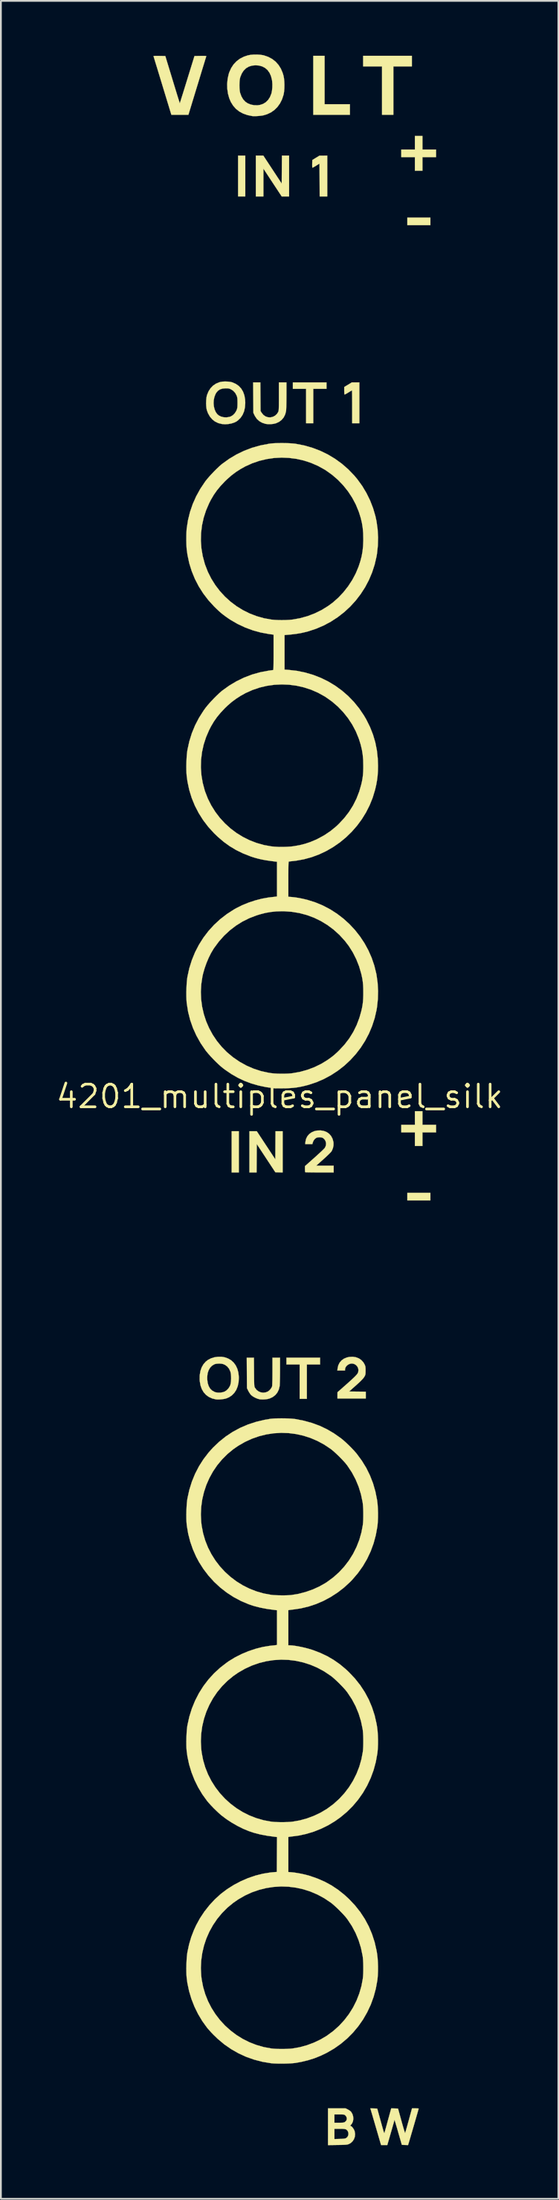
<source format=kicad_pcb>
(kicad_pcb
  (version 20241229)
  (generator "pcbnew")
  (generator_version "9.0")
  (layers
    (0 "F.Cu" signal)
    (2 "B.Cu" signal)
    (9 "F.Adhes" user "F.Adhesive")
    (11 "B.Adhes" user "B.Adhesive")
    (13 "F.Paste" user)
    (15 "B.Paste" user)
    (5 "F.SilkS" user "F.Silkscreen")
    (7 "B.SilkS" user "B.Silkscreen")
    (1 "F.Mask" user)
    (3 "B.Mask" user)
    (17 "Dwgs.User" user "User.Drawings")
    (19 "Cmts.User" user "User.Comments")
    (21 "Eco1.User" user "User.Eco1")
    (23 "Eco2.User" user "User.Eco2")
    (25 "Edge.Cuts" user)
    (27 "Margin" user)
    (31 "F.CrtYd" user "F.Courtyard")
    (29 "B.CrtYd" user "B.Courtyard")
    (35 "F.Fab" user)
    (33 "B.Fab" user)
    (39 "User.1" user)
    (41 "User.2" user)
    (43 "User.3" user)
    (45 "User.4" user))
  (footprint "4201_multiples_panel_silk"
    (layer "F.Cu")
    (at 12.617 58.347)
    (property "Reference" "4201_multiples_panel_silk" (at 0 0 0) (layer "F.SilkS") (effects (font (size 1.27 1.27) (thickness 0.15))))
    (attr through_hole)
    (fp_poly (pts (xy -2.286 4.255) (xy -2.688 4.255) (xy -2.688 1.947) (xy -2.286 1.947) (xy -2.286 4.255)) (stroke (width 0.01) (type solid)) (fill yes) (layer "F.SilkS"))
    (fp_poly (pts (xy -1.926 -50.398) (xy -2.328 -50.398) (xy -2.328 -52.684) (xy -1.926 -52.684) (xy -1.926 -50.398)) (stroke (width 0.01) (type solid)) (fill yes) (layer "F.SilkS"))
    (fp_poly (pts (xy 8.445 -48.789) (xy 7.154 -48.789) (xy 7.154 -49.212) (xy 8.445 -49.212) (xy 8.445 -48.789)) (stroke (width 0.01) (type solid)) (fill yes) (layer "F.SilkS"))
    (fp_poly (pts (xy 8.445 5.821) (xy 7.154 5.821) (xy 7.154 5.397) (xy 8.445 5.397) (xy 8.445 5.821)) (stroke (width 0.01) (type solid)) (fill yes) (layer "F.SilkS"))
    (fp_poly (pts (xy 2.519 -55.562) (xy 3.937 -55.562) (xy 3.937 -54.97) (xy 1.884 -54.97) (xy 1.884 -58.272) (xy 2.519 -58.272) (xy 2.519 -55.562)) (stroke (width 0.01) (type solid)) (fill yes) (layer "F.SilkS"))
    (fp_poly (pts (xy 2.265 15.007) (xy 1.524 15.007) (xy 1.524 16.933) (xy 1.122 16.933) (xy 1.122 15.007) (xy 0.381 15.007) (xy 0.381 14.626) (xy 2.265 14.626) (xy 2.265 15.007)) (stroke (width 0.01) (type solid)) (fill yes) (layer "F.SilkS"))
    (fp_poly (pts (xy 2.625 -39.624) (xy 1.884 -39.624) (xy 1.884 -37.698) (xy 1.482 -37.698) (xy 1.482 -39.624) (xy 0.741 -39.624) (xy 0.741 -39.984) (xy 2.625 -39.984) (xy 2.625 -39.624)) (stroke (width 0.01) (type solid)) (fill yes) (layer "F.SilkS"))
    (fp_poly (pts (xy 7.408 -57.679) (xy 6.371 -57.679) (xy 6.371 -54.97) (xy 5.736 -54.97) (xy 5.736 -57.679) (xy 4.678 -57.679) (xy 4.678 -58.272) (xy 7.408 -58.272) (xy 7.408 -57.679)) (stroke (width 0.01) (type solid)) (fill yes) (layer "F.SilkS"))
    (fp_poly (pts (xy 8.001 -53.023) (xy 8.763 -53.023) (xy 8.763 -52.599) (xy 8.001 -52.599) (xy 8.001 -51.837) (xy 7.578 -51.837) (xy 7.578 -52.599) (xy 6.816 -52.599) (xy 6.816 -53.023) (xy 7.578 -53.023) (xy 7.578 -53.785) (xy 8.001 -53.785) (xy 8.001 -53.023)) (stroke (width 0.01) (type solid)) (fill yes) (layer "F.SilkS"))
    (fp_poly (pts (xy 8.001 1.587) (xy 8.763 1.587) (xy 8.763 2.011) (xy 8.001 2.011) (xy 8.001 2.773) (xy 7.578 2.773) (xy 7.578 2.011) (xy 6.816 2.011) (xy 6.816 1.587) (xy 7.578 1.587) (xy 7.578 0.826) (xy 8.001 0.826) (xy 8.001 1.587)) (stroke (width 0.01) (type solid)) (fill yes) (layer "F.SilkS"))
    (fp_poly (pts (xy -0.762 2.734) (xy -0.243 3.521) (xy -0.238 2.734) (xy -0.232 1.947) (xy 0.169 1.947) (xy 0.169 4.256) (xy -0.036 4.25) (xy -0.241 4.244) (xy -1.281 2.664) (xy -1.286 3.459) (xy -1.292 4.255) (xy -1.693 4.255) (xy -1.693 1.947) (xy -1.28 1.947) (xy -0.762 2.734)) (stroke (width 0.01) (type solid)) (fill yes) (layer "F.SilkS"))
    (fp_poly (pts (xy -0.399 -51.9) (xy 0.116 -51.117) (xy 0.122 -51.9) (xy 0.128 -52.684) (xy 0.529 -52.684) (xy 0.529 -50.398) (xy 0.323 -50.398) (xy 0.116 -50.398) (xy -0.397 -51.176) (xy -0.909 -51.954) (xy -0.91 -51.176) (xy -0.91 -50.398) (xy -1.333 -50.398) (xy -1.333 -52.684) (xy -0.915 -52.684) (xy -0.399 -51.9)) (stroke (width 0.01) (type solid)) (fill yes) (layer "F.SilkS"))
    (fp_poly (pts (xy 2.667 -50.398) (xy 2.244 -50.398) (xy 2.233 -52.238) (xy 2.048 -52.122) (xy 1.969 -52.074) (xy 1.902 -52.035) (xy 1.856 -52.012) (xy 1.841 -52.007) (xy 1.83 -52.027) (xy 1.825 -52.087) (xy 1.824 -52.184) (xy 1.825 -52.222) (xy 1.831 -52.437) (xy 2.032 -52.56) (xy 2.233 -52.682) (xy 2.667 -52.684) (xy 2.667 -50.398)) (stroke (width 0.01) (type solid)) (fill yes) (layer "F.SilkS"))
    (fp_poly (pts (xy 4.466 -37.698) (xy 4.064 -37.698) (xy 4.064 -38.619) (xy 4.064 -38.811) (xy 4.063 -38.991) (xy 4.062 -39.152) (xy 4.061 -39.29) (xy 4.059 -39.403) (xy 4.057 -39.484) (xy 4.055 -39.53) (xy 4.054 -39.539) (xy 4.033 -39.529) (xy 3.983 -39.501) (xy 3.915 -39.459) (xy 3.856 -39.423) (xy 3.776 -39.374) (xy 3.708 -39.336) (xy 3.66 -39.312) (xy 3.644 -39.306) (xy 3.631 -39.324) (xy 3.623 -39.377) (xy 3.62 -39.469) (xy 3.619 -39.517) (xy 3.619 -39.727) (xy 4.045 -39.984) (xy 4.466 -39.984) (xy 4.466 -37.698)) (stroke (width 0.01) (type solid)) (fill yes) (layer "F.SilkS"))
    (fp_poly (pts (xy -1.075 -39.183) (xy -1.069 -38.382) (xy -1.005 -38.279) (xy -0.909 -38.162) (xy -0.789 -38.079) (xy -0.656 -38.033) (xy -0.518 -38.025) (xy -0.383 -38.055) (xy -0.26 -38.119) (xy -0.156 -38.212) (xy -0.086 -38.32) (xy -0.075 -38.345) (xy -0.065 -38.372) (xy -0.058 -38.405) (xy -0.053 -38.448) (xy -0.049 -38.507) (xy -0.046 -38.586) (xy -0.044 -38.689) (xy -0.043 -38.82) (xy -0.042 -38.985) (xy -0.042 -39.188) (xy -0.042 -39.984) (xy 0.381 -39.984) (xy 0.381 -39.248) (xy 0.38 -39.066) (xy 0.378 -38.893) (xy 0.375 -38.734) (xy 0.372 -38.596) (xy 0.367 -38.485) (xy 0.362 -38.406) (xy 0.359 -38.375) (xy 0.309 -38.186) (xy 0.225 -38.021) (xy 0.109 -37.883) (xy -0.037 -37.773) (xy -0.205 -37.696) (xy -0.341 -37.663) (xy -0.496 -37.646) (xy -0.653 -37.646) (xy -0.792 -37.663) (xy -0.796 -37.664) (xy -0.985 -37.727) (xy -1.147 -37.822) (xy -1.282 -37.947) (xy -1.386 -38.103) (xy -1.404 -38.138) (xy -1.471 -38.28) (xy -1.484 -39.984) (xy -1.081 -39.984) (xy -1.075 -39.183)) (stroke (width 0.01) (type solid)) (fill yes) (layer "F.SilkS"))
    (fp_poly (pts (xy -6.778 -58.268) (xy -6.74 -58.267) (xy -6.406 -58.261) (xy -6.002 -56.935) (xy -5.933 -56.707) (xy -5.867 -56.492) (xy -5.806 -56.293) (xy -5.751 -56.113) (xy -5.702 -55.955) (xy -5.661 -55.823) (xy -5.629 -55.721) (xy -5.606 -55.651) (xy -5.595 -55.617) (xy -5.593 -55.614) (xy -5.586 -55.634) (xy -5.568 -55.692) (xy -5.539 -55.784) (xy -5.501 -55.905) (xy -5.454 -56.054) (xy -5.4 -56.227) (xy -5.34 -56.419) (xy -5.275 -56.629) (xy -5.206 -56.852) (xy -5.179 -56.94) (xy -4.771 -58.261) (xy -4.436 -58.267) (xy -4.306 -58.269) (xy -4.213 -58.268) (xy -4.153 -58.265) (xy -4.12 -58.258) (xy -4.11 -58.249) (xy -4.111 -58.246) (xy -4.118 -58.222) (xy -4.137 -58.16) (xy -4.167 -58.065) (xy -4.205 -57.938) (xy -4.253 -57.783) (xy -4.308 -57.603) (xy -4.37 -57.401) (xy -4.437 -57.18) (xy -4.509 -56.943) (xy -4.585 -56.694) (xy -4.616 -56.594) (xy -5.111 -54.97) (xy -6.066 -54.97) (xy -6.561 -56.594) (xy -6.638 -56.848) (xy -6.712 -57.09) (xy -6.781 -57.317) (xy -6.845 -57.527) (xy -6.903 -57.716) (xy -6.954 -57.881) (xy -6.996 -58.019) (xy -7.029 -58.127) (xy -7.052 -58.202) (xy -7.064 -58.241) (xy -7.065 -58.246) (xy -7.061 -58.256) (xy -7.034 -58.263) (xy -6.982 -58.267) (xy -6.898 -58.269) (xy -6.778 -58.268)) (stroke (width 0.01) (type solid)) (fill yes) (layer "F.SilkS"))
    (fp_poly (pts (xy -1.435 15.425) (xy -1.433 15.631) (xy -1.432 15.798) (xy -1.43 15.932) (xy -1.427 16.037) (xy -1.424 16.117) (xy -1.42 16.177) (xy -1.414 16.221) (xy -1.407 16.254) (xy -1.398 16.28) (xy -1.386 16.304) (xy -1.382 16.311) (xy -1.298 16.426) (xy -1.189 16.512) (xy -1.062 16.566) (xy -0.925 16.587) (xy -0.786 16.571) (xy -0.675 16.53) (xy -0.596 16.475) (xy -0.52 16.398) (xy -0.458 16.312) (xy -0.423 16.236) (xy -0.418 16.196) (xy -0.414 16.119) (xy -0.41 16.008) (xy -0.406 15.869) (xy -0.404 15.707) (xy -0.403 15.525) (xy -0.402 15.393) (xy -0.402 14.626) (xy 0.021 14.626) (xy 0.021 15.351) (xy 0.02 15.53) (xy 0.018 15.701) (xy 0.015 15.859) (xy 0.012 15.998) (xy 0.007 16.111) (xy 0.002 16.191) (xy -0.001 16.224) (xy -0.048 16.414) (xy -0.128 16.579) (xy -0.242 16.719) (xy -0.387 16.831) (xy -0.562 16.913) (xy -0.567 16.914) (xy -0.678 16.943) (xy -0.813 16.961) (xy -0.954 16.967) (xy -1.082 16.962) (xy -1.128 16.955) (xy -1.247 16.922) (xy -1.375 16.867) (xy -1.496 16.799) (xy -1.585 16.732) (xy -1.647 16.663) (xy -1.71 16.568) (xy -1.752 16.493) (xy -1.831 16.332) (xy -1.837 15.479) (xy -1.843 14.626) (xy -1.441 14.626) (xy -1.435 15.425)) (stroke (width 0.01) (type solid)) (fill yes) (layer "F.SilkS"))
    (fp_poly (pts (xy 4.276 14.604) (xy 4.437 14.666) (xy 4.576 14.761) (xy 4.69 14.886) (xy 4.759 15.004) (xy 4.785 15.065) (xy 4.802 15.12) (xy 4.811 15.184) (xy 4.815 15.267) (xy 4.815 15.346) (xy 4.814 15.45) (xy 4.81 15.524) (xy 4.8 15.579) (xy 4.782 15.628) (xy 4.759 15.674) (xy 4.721 15.734) (xy 4.661 15.808) (xy 4.577 15.897) (xy 4.468 16.004) (xy 4.33 16.131) (xy 4.161 16.282) (xy 4.13 16.309) (xy 3.889 16.521) (xy 4.358 16.526) (xy 4.826 16.532) (xy 4.826 16.912) (xy 3.239 16.912) (xy 3.239 16.738) (xy 3.24 16.563) (xy 3.707 16.15) (xy 3.875 16.001) (xy 4.014 15.876) (xy 4.126 15.772) (xy 4.214 15.686) (xy 4.282 15.616) (xy 4.332 15.558) (xy 4.367 15.509) (xy 4.39 15.466) (xy 4.403 15.428) (xy 4.416 15.31) (xy 4.392 15.2) (xy 4.338 15.103) (xy 4.26 15.026) (xy 4.163 14.975) (xy 4.053 14.954) (xy 3.952 14.966) (xy 3.842 15.013) (xy 3.753 15.084) (xy 3.691 15.172) (xy 3.663 15.27) (xy 3.662 15.291) (xy 3.662 15.346) (xy 3.233 15.346) (xy 3.247 15.224) (xy 3.287 15.053) (xy 3.361 14.904) (xy 3.468 14.78) (xy 3.605 14.682) (xy 3.769 14.615) (xy 3.908 14.585) (xy 4.098 14.576) (xy 4.276 14.604)) (stroke (width 0.01) (type solid)) (fill yes) (layer "F.SilkS"))
    (fp_poly (pts (xy 2.481 1.933) (xy 2.64 1.997) (xy 2.776 2.093) (xy 2.885 2.219) (xy 2.965 2.371) (xy 3.012 2.548) (xy 3.019 2.601) (xy 3.017 2.744) (xy 2.986 2.893) (xy 2.931 3.029) (xy 2.899 3.081) (xy 2.865 3.122) (xy 2.804 3.185) (xy 2.723 3.265) (xy 2.625 3.358) (xy 2.516 3.458) (xy 2.443 3.524) (xy 2.052 3.873) (xy 3.027 3.873) (xy 3.027 4.255) (xy 2.237 4.255) (xy 2.058 4.254) (xy 1.892 4.253) (xy 1.745 4.251) (xy 1.621 4.249) (xy 1.524 4.247) (xy 1.46 4.244) (xy 1.433 4.241) (xy 1.432 4.24) (xy 1.426 4.214) (xy 1.421 4.156) (xy 1.418 4.08) (xy 1.418 4.064) (xy 1.418 3.901) (xy 1.949 3.43) (xy 2.078 3.314) (xy 2.199 3.203) (xy 2.309 3.102) (xy 2.401 3.014) (xy 2.473 2.943) (xy 2.52 2.893) (xy 2.534 2.875) (xy 2.586 2.764) (xy 2.601 2.647) (xy 2.584 2.532) (xy 2.534 2.429) (xy 2.456 2.346) (xy 2.406 2.314) (xy 2.332 2.292) (xy 2.238 2.284) (xy 2.142 2.291) (xy 2.064 2.312) (xy 2.058 2.315) (xy 1.969 2.382) (xy 1.898 2.477) (xy 1.858 2.574) (xy 1.833 2.667) (xy 1.433 2.667) (xy 1.445 2.539) (xy 1.48 2.376) (xy 1.551 2.232) (xy 1.654 2.109) (xy 1.786 2.012) (xy 1.943 1.943) (xy 2.105 1.908) (xy 2.302 1.902) (xy 2.481 1.933)) (stroke (width 0.01) (type solid)) (fill yes) (layer "F.SilkS"))
    (fp_poly (pts (xy -3.244 14.578) (xy -3.09 14.603) (xy -2.893 14.671) (xy -2.72 14.771) (xy -2.575 14.902) (xy -2.458 15.063) (xy -2.37 15.25) (xy -2.313 15.464) (xy -2.287 15.701) (xy -2.286 15.769) (xy -2.302 16.012) (xy -2.351 16.232) (xy -2.429 16.427) (xy -2.538 16.595) (xy -2.674 16.735) (xy -2.837 16.844) (xy -3.009 16.915) (xy -3.101 16.936) (xy -3.217 16.953) (xy -3.341 16.965) (xy -3.459 16.969) (xy -3.553 16.964) (xy -3.567 16.962) (xy -3.779 16.911) (xy -3.966 16.826) (xy -4.126 16.71) (xy -4.257 16.563) (xy -4.36 16.387) (xy -4.432 16.184) (xy -4.473 15.953) (xy -4.481 15.843) (xy -4.478 15.686) (xy -4.058 15.686) (xy -4.057 15.843) (xy -4.03 16.048) (xy -3.975 16.22) (xy -3.894 16.36) (xy -3.784 16.468) (xy -3.648 16.544) (xy -3.581 16.566) (xy -3.453 16.586) (xy -3.31 16.583) (xy -3.17 16.557) (xy -3.095 16.531) (xy -2.975 16.458) (xy -2.87 16.351) (xy -2.788 16.218) (xy -2.769 16.174) (xy -2.743 16.078) (xy -2.726 15.953) (xy -2.718 15.813) (xy -2.72 15.67) (xy -2.731 15.539) (xy -2.753 15.43) (xy -2.758 15.412) (xy -2.83 15.253) (xy -2.929 15.127) (xy -3.054 15.033) (xy -3.164 14.985) (xy -3.252 14.966) (xy -3.361 14.958) (xy -3.475 14.961) (xy -3.578 14.973) (xy -3.648 14.993) (xy -3.784 15.073) (xy -3.894 15.185) (xy -3.977 15.327) (xy -4.033 15.494) (xy -4.058 15.686) (xy -4.478 15.686) (xy -4.476 15.598) (xy -4.438 15.373) (xy -4.369 15.172) (xy -4.269 14.996) (xy -4.14 14.848) (xy -4.013 14.75) (xy -3.844 14.663) (xy -3.652 14.604) (xy -3.448 14.576) (xy -3.244 14.578)) (stroke (width 0.01) (type solid)) (fill yes) (layer "F.SilkS"))
    (fp_poly (pts (xy 3.826 56.727) (xy 3.903 56.773) (xy 3.972 56.825) (xy 4.01 56.865) (xy 4.079 56.984) (xy 4.118 57.117) (xy 4.128 57.254) (xy 4.108 57.386) (xy 4.058 57.503) (xy 4.01 57.565) (xy 3.971 57.609) (xy 3.96 57.633) (xy 3.974 57.645) (xy 3.981 57.648) (xy 4.036 57.682) (xy 4.095 57.745) (xy 4.15 57.826) (xy 4.192 57.913) (xy 4.203 57.946) (xy 4.227 58.097) (xy 4.214 58.246) (xy 4.166 58.384) (xy 4.087 58.506) (xy 3.98 58.604) (xy 3.89 58.654) (xy 3.853 58.669) (xy 3.817 58.681) (xy 3.774 58.69) (xy 3.72 58.697) (xy 3.649 58.702) (xy 3.553 58.706) (xy 3.428 58.709) (xy 3.268 58.712) (xy 3.244 58.712) (xy 2.709 58.721) (xy 2.709 57.806) (xy 3.069 57.806) (xy 3.069 58.382) (xy 3.36 58.374) (xy 3.492 58.368) (xy 3.588 58.361) (xy 3.657 58.35) (xy 3.705 58.336) (xy 3.72 58.329) (xy 3.793 58.268) (xy 3.838 58.187) (xy 3.855 58.095) (xy 3.844 58.002) (xy 3.806 57.918) (xy 3.74 57.853) (xy 3.712 57.838) (xy 3.668 57.824) (xy 3.602 57.814) (xy 3.508 57.808) (xy 3.38 57.806) (xy 3.357 57.806) (xy 3.069 57.806) (xy 2.709 57.806) (xy 2.709 57.002) (xy 3.069 57.002) (xy 3.069 57.468) (xy 3.328 57.467) (xy 3.443 57.466) (xy 3.524 57.463) (xy 3.58 57.455) (xy 3.622 57.443) (xy 3.657 57.425) (xy 3.725 57.362) (xy 3.76 57.282) (xy 3.76 57.194) (xy 3.726 57.11) (xy 3.683 57.06) (xy 3.656 57.036) (xy 3.628 57.02) (xy 3.594 57.01) (xy 3.543 57.004) (xy 3.468 57.002) (xy 3.359 57.002) (xy 3.344 57.002) (xy 3.069 57.002) (xy 2.709 57.002) (xy 2.709 56.663) (xy 3.697 56.663) (xy 3.826 56.727)) (stroke (width 0.01) (type solid)) (fill yes) (layer "F.SilkS"))
    (fp_poly (pts (xy -2.898 -40.029) (xy -2.756 -40.012) (xy -2.646 -39.985) (xy -2.453 -39.899) (xy -2.288 -39.783) (xy -2.154 -39.638) (xy -2.05 -39.464) (xy -1.977 -39.263) (xy -1.936 -39.036) (xy -1.926 -38.841) (xy -1.943 -38.591) (xy -1.992 -38.368) (xy -2.074 -38.171) (xy -2.188 -38.001) (xy -2.335 -37.858) (xy -2.41 -37.803) (xy -2.541 -37.736) (xy -2.701 -37.685) (xy -2.876 -37.653) (xy -3.056 -37.641) (xy -3.227 -37.654) (xy -3.235 -37.655) (xy -3.439 -37.706) (xy -3.62 -37.793) (xy -3.776 -37.915) (xy -3.907 -38.069) (xy -4.013 -38.256) (xy -4.078 -38.429) (xy -4.101 -38.541) (xy -4.115 -38.682) (xy -4.119 -38.812) (xy -3.701 -38.812) (xy -3.685 -38.64) (xy -3.646 -38.479) (xy -3.585 -38.334) (xy -3.503 -38.215) (xy -3.417 -38.138) (xy -3.283 -38.07) (xy -3.13 -38.032) (xy -2.969 -38.026) (xy -2.812 -38.052) (xy -2.73 -38.081) (xy -2.616 -38.151) (xy -2.514 -38.255) (xy -2.433 -38.383) (xy -2.409 -38.436) (xy -2.389 -38.491) (xy -2.375 -38.547) (xy -2.367 -38.612) (xy -2.363 -38.697) (xy -2.361 -38.811) (xy -2.361 -38.841) (xy -2.362 -38.964) (xy -2.366 -39.054) (xy -2.373 -39.123) (xy -2.386 -39.179) (xy -2.404 -39.234) (xy -2.409 -39.245) (xy -2.489 -39.394) (xy -2.597 -39.513) (xy -2.725 -39.595) (xy -2.793 -39.626) (xy -2.854 -39.643) (xy -2.925 -39.652) (xy -3.022 -39.653) (xy -3.026 -39.653) (xy -3.196 -39.638) (xy -3.338 -39.594) (xy -3.454 -39.518) (xy -3.548 -39.408) (xy -3.597 -39.321) (xy -3.658 -39.16) (xy -3.692 -38.988) (xy -3.701 -38.812) (xy -4.119 -38.812) (xy -4.119 -38.836) (xy -4.114 -38.993) (xy -4.099 -39.138) (xy -4.075 -39.258) (xy -4.07 -39.275) (xy -3.986 -39.479) (xy -3.873 -39.655) (xy -3.733 -39.801) (xy -3.567 -39.914) (xy -3.378 -39.992) (xy -3.323 -40.007) (xy -3.198 -40.028) (xy -3.051 -40.035) (xy -2.898 -40.029)) (stroke (width 0.01) (type solid)) (fill yes) (layer "F.SilkS"))
    (fp_poly (pts (xy -1.089 -58.331) (xy -0.927 -58.307) (xy -0.878 -58.295) (xy -0.633 -58.209) (xy -0.415 -58.092) (xy -0.225 -57.943) (xy -0.064 -57.763) (xy 0.068 -57.553) (xy 0.17 -57.313) (xy 0.217 -57.155) (xy 0.244 -57.008) (xy 0.261 -56.834) (xy 0.268 -56.645) (xy 0.264 -56.454) (xy 0.25 -56.275) (xy 0.225 -56.12) (xy 0.217 -56.087) (xy 0.134 -55.833) (xy 0.019 -55.606) (xy -0.124 -55.407) (xy -0.295 -55.238) (xy -0.491 -55.101) (xy -0.711 -54.998) (xy -0.909 -54.939) (xy -1.006 -54.922) (xy -1.124 -54.908) (xy -1.251 -54.898) (xy -1.372 -54.893) (xy -1.475 -54.893) (xy -1.535 -54.898) (xy -1.809 -54.955) (xy -2.053 -55.042) (xy -2.268 -55.159) (xy -2.453 -55.307) (xy -2.609 -55.485) (xy -2.737 -55.693) (xy -2.824 -55.898) (xy -2.895 -56.156) (xy -2.934 -56.431) (xy -2.938 -56.647) (xy -2.253 -56.647) (xy -2.251 -56.493) (xy -2.24 -56.35) (xy -2.222 -56.23) (xy -2.214 -56.199) (xy -2.142 -56) (xy -2.045 -55.834) (xy -1.922 -55.702) (xy -1.795 -55.615) (xy -1.621 -55.543) (xy -1.429 -55.506) (xy -1.231 -55.503) (xy -1.096 -55.523) (xy -0.925 -55.58) (xy -0.774 -55.673) (xy -0.646 -55.8) (xy -0.543 -55.958) (xy -0.467 -56.146) (xy -0.454 -56.189) (xy -0.426 -56.336) (xy -0.41 -56.507) (xy -0.408 -56.686) (xy -0.42 -56.856) (xy -0.43 -56.923) (xy -0.484 -57.137) (xy -0.566 -57.32) (xy -0.676 -57.472) (xy -0.811 -57.591) (xy -0.971 -57.676) (xy -1.155 -57.727) (xy -1.35 -57.742) (xy -1.549 -57.723) (xy -1.725 -57.668) (xy -1.88 -57.578) (xy -2.01 -57.452) (xy -2.116 -57.293) (xy -2.197 -57.101) (xy -2.215 -57.043) (xy -2.236 -56.935) (xy -2.248 -56.799) (xy -2.253 -56.647) (xy -2.938 -56.647) (xy -2.939 -56.713) (xy -2.912 -56.991) (xy -2.852 -57.257) (xy -2.824 -57.344) (xy -2.719 -57.58) (xy -2.584 -57.787) (xy -2.419 -57.963) (xy -2.226 -58.109) (xy -2.005 -58.222) (xy -1.789 -58.295) (xy -1.636 -58.325) (xy -1.459 -58.34) (xy -1.271 -58.342) (xy -1.089 -58.331)) (stroke (width 0.01) (type solid)) (fill yes) (layer "F.SilkS"))
    (fp_poly (pts (xy 5.274 56.668) (xy 5.467 56.674) (xy 5.663 57.383) (xy 5.715 57.571) (xy 5.757 57.722) (xy 5.79 57.839) (xy 5.816 57.926) (xy 5.835 57.986) (xy 5.85 58.023) (xy 5.86 58.04) (xy 5.868 58.04) (xy 5.875 58.028) (xy 5.882 58.007) (xy 5.893 57.966) (xy 5.914 57.889) (xy 5.943 57.784) (xy 5.979 57.655) (xy 6.019 57.509) (xy 6.062 57.351) (xy 6.078 57.292) (xy 6.252 56.662) (xy 6.442 56.668) (xy 6.633 56.674) (xy 6.824 57.367) (xy 6.869 57.53) (xy 6.911 57.678) (xy 6.949 57.807) (xy 6.981 57.913) (xy 7.006 57.991) (xy 7.023 58.035) (xy 7.029 58.044) (xy 7.038 58.021) (xy 7.056 57.961) (xy 7.083 57.871) (xy 7.116 57.754) (xy 7.155 57.616) (xy 7.198 57.461) (xy 7.23 57.346) (xy 7.416 56.663) (xy 7.603 56.663) (xy 7.686 56.664) (xy 7.75 56.668) (xy 7.785 56.673) (xy 7.789 56.676) (xy 7.784 56.698) (xy 7.767 56.756) (xy 7.742 56.845) (xy 7.709 56.96) (xy 7.67 57.097) (xy 7.626 57.25) (xy 7.578 57.414) (xy 7.529 57.585) (xy 7.478 57.758) (xy 7.429 57.928) (xy 7.381 58.089) (xy 7.338 58.239) (xy 7.299 58.371) (xy 7.267 58.48) (xy 7.242 58.562) (xy 7.227 58.612) (xy 7.225 58.617) (xy 7.193 58.718) (xy 7.02 58.712) (xy 6.847 58.706) (xy 6.642 57.997) (xy 6.595 57.832) (xy 6.551 57.682) (xy 6.512 57.551) (xy 6.48 57.443) (xy 6.456 57.363) (xy 6.441 57.315) (xy 6.436 57.303) (xy 6.43 57.326) (xy 6.414 57.385) (xy 6.389 57.472) (xy 6.357 57.584) (xy 6.32 57.715) (xy 6.279 57.859) (xy 6.235 58.01) (xy 6.191 58.164) (xy 6.148 58.314) (xy 6.107 58.455) (xy 6.072 58.573) (xy 6.031 58.716) (xy 5.857 58.716) (xy 5.683 58.716) (xy 5.413 57.79) (xy 5.356 57.596) (xy 5.302 57.411) (xy 5.252 57.241) (xy 5.208 57.088) (xy 5.17 56.96) (xy 5.14 56.859) (xy 5.12 56.79) (xy 5.112 56.763) (xy 5.082 56.662) (xy 5.274 56.668)) (stroke (width 0.01) (type solid)) (fill yes) (layer "F.SilkS"))
    (fp_poly (pts (xy 0.314 18.026) (xy 0.499 18.032) (xy 0.667 18.042) (xy 0.809 18.055) (xy 0.868 18.062) (xy 1.346 18.154) (xy 1.798 18.278) (xy 2.229 18.436) (xy 2.64 18.629) (xy 3.035 18.859) (xy 3.417 19.127) (xy 3.45 19.152) (xy 3.578 19.257) (xy 3.722 19.386) (xy 3.874 19.53) (xy 4.024 19.681) (xy 4.164 19.828) (xy 4.283 19.963) (xy 4.32 20.008) (xy 4.605 20.395) (xy 4.853 20.799) (xy 5.061 21.222) (xy 5.232 21.662) (xy 5.364 22.121) (xy 5.459 22.599) (xy 5.463 22.627) (xy 5.487 22.836) (xy 5.503 23.072) (xy 5.511 23.322) (xy 5.51 23.573) (xy 5.5 23.813) (xy 5.481 24.029) (xy 5.474 24.088) (xy 5.387 24.566) (xy 5.262 25.028) (xy 5.099 25.473) (xy 4.898 25.899) (xy 4.66 26.305) (xy 4.386 26.69) (xy 4.076 27.053) (xy 3.95 27.184) (xy 3.611 27.496) (xy 3.248 27.777) (xy 2.862 28.026) (xy 2.459 28.242) (xy 2.042 28.422) (xy 1.613 28.564) (xy 1.177 28.667) (xy 0.804 28.723) (xy 0.707 28.734) (xy 0.621 28.745) (xy 0.558 28.753) (xy 0.534 28.757) (xy 0.487 28.766) (xy 0.487 30.734) (xy 0.574 30.734) (xy 0.698 30.741) (xy 0.853 30.76) (xy 1.03 30.789) (xy 1.22 30.827) (xy 1.416 30.871) (xy 1.607 30.921) (xy 1.785 30.974) (xy 1.859 30.998) (xy 2.276 31.157) (xy 2.663 31.34) (xy 3.024 31.55) (xy 3.369 31.791) (xy 3.702 32.068) (xy 3.892 32.247) (xy 4.223 32.598) (xy 4.517 32.969) (xy 4.774 33.362) (xy 4.995 33.775) (xy 5.177 34.207) (xy 5.323 34.659) (xy 5.43 35.13) (xy 5.463 35.327) (xy 5.487 35.536) (xy 5.503 35.772) (xy 5.511 36.022) (xy 5.51 36.273) (xy 5.5 36.513) (xy 5.481 36.729) (xy 5.474 36.788) (xy 5.388 37.263) (xy 5.263 37.723) (xy 5.1 38.166) (xy 4.901 38.59) (xy 4.667 38.994) (xy 4.398 39.376) (xy 4.097 39.733) (xy 3.763 40.065) (xy 3.399 40.368) (xy 3.092 40.586) (xy 2.717 40.811) (xy 2.321 41.005) (xy 1.91 41.168) (xy 1.491 41.295) (xy 1.071 41.386) (xy 0.804 41.423) (xy 0.707 41.434) (xy 0.621 41.445) (xy 0.558 41.453) (xy 0.534 41.457) (xy 0.487 41.466) (xy 0.487 43.428) (xy 0.665 43.441) (xy 0.83 43.459) (xy 1.02 43.489) (xy 1.223 43.527) (xy 1.423 43.572) (xy 1.608 43.62) (xy 1.665 43.636) (xy 2.105 43.788) (xy 2.517 43.967) (xy 2.903 44.176) (xy 3.27 44.419) (xy 3.621 44.698) (xy 3.892 44.947) (xy 4.223 45.298) (xy 4.517 45.669) (xy 4.774 46.062) (xy 4.995 46.475) (xy 5.177 46.907) (xy 5.323 47.359) (xy 5.43 47.83) (xy 5.463 48.027) (xy 5.487 48.236) (xy 5.503 48.472) (xy 5.511 48.722) (xy 5.51 48.973) (xy 5.5 49.213) (xy 5.481 49.429) (xy 5.474 49.488) (xy 5.388 49.96) (xy 5.264 50.418) (xy 5.103 50.859) (xy 4.905 51.281) (xy 4.674 51.683) (xy 4.409 52.062) (xy 4.113 52.417) (xy 3.786 52.746) (xy 3.43 53.046) (xy 3.047 53.316) (xy 2.641 53.551) (xy 2.296 53.717) (xy 1.949 53.856) (xy 1.589 53.969) (xy 1.208 54.06) (xy 0.902 54.116) (xy 0.785 54.13) (xy 0.635 54.142) (xy 0.463 54.15) (xy 0.277 54.155) (xy 0.086 54.157) (xy -0.098 54.155) (xy -0.268 54.15) (xy -0.413 54.141) (xy -0.487 54.134) (xy -0.965 54.054) (xy -1.428 53.934) (xy -1.875 53.777) (xy -2.303 53.581) (xy -2.712 53.348) (xy -3.102 53.078) (xy -3.469 52.771) (xy -3.726 52.522) (xy -3.817 52.427) (xy -3.909 52.326) (xy -3.992 52.233) (xy -4.057 52.156) (xy -4.068 52.143) (xy -4.334 51.775) (xy -4.569 51.381) (xy -4.773 50.966) (xy -4.942 50.536) (xy -5.074 50.095) (xy -5.168 49.649) (xy -5.208 49.35) (xy -5.22 49.191) (xy -5.226 49.005) (xy -5.226 48.811) (xy -4.414 48.811) (xy -4.393 49.24) (xy -4.368 49.443) (xy -4.287 49.865) (xy -4.167 50.272) (xy -4.011 50.663) (xy -3.82 51.035) (xy -3.597 51.387) (xy -3.344 51.717) (xy -3.062 52.023) (xy -2.754 52.301) (xy -2.422 52.552) (xy -2.068 52.772) (xy -1.693 52.96) (xy -1.3 53.113) (xy -0.891 53.23) (xy -0.469 53.308) (xy -0.323 53.323) (xy -0.146 53.332) (xy 0.048 53.337) (xy 0.249 53.336) (xy 0.442 53.33) (xy 0.618 53.32) (xy 0.734 53.307) (xy 1.133 53.236) (xy 1.531 53.126) (xy 1.921 52.981) (xy 2.293 52.804) (xy 2.641 52.598) (xy 2.652 52.59) (xy 3.004 52.331) (xy 3.328 52.041) (xy 3.621 51.724) (xy 3.883 51.381) (xy 4.112 51.016) (xy 4.306 50.631) (xy 4.463 50.228) (xy 4.583 49.81) (xy 4.659 49.403) (xy 4.673 49.267) (xy 4.683 49.1) (xy 4.687 48.914) (xy 4.687 48.72) (xy 4.683 48.528) (xy 4.673 48.35) (xy 4.66 48.197) (xy 4.649 48.122) (xy 4.557 47.679) (xy 4.426 47.254) (xy 4.257 46.846) (xy 4.05 46.456) (xy 3.804 46.085) (xy 3.766 46.033) (xy 3.681 45.928) (xy 3.57 45.804) (xy 3.442 45.67) (xy 3.306 45.532) (xy 3.167 45.4) (xy 3.036 45.281) (xy 2.919 45.182) (xy 2.868 45.143) (xy 2.503 44.898) (xy 2.123 44.692) (xy 1.73 44.524) (xy 1.328 44.395) (xy 0.918 44.304) (xy 0.503 44.251) (xy 0.086 44.237) (xy -0.331 44.262) (xy -0.744 44.325) (xy -1.152 44.426) (xy -1.553 44.565) (xy -1.942 44.743) (xy -2.318 44.96) (xy -2.596 45.152) (xy -2.927 45.424) (xy -3.227 45.725) (xy -3.497 46.051) (xy -3.734 46.4) (xy -3.938 46.768) (xy -4.107 47.153) (xy -4.24 47.553) (xy -4.336 47.965) (xy -4.395 48.385) (xy -4.414 48.811) (xy -5.226 48.811) (xy -5.226 48.801) (xy -5.222 48.59) (xy -5.213 48.383) (xy -5.2 48.189) (xy -5.182 48.019) (xy -5.166 47.911) (xy -5.073 47.476) (xy -4.951 47.064) (xy -4.795 46.662) (xy -4.676 46.405) (xy -4.464 46.017) (xy -4.215 45.642) (xy -3.934 45.286) (xy -3.627 44.955) (xy -3.297 44.656) (xy -3.295 44.654) (xy -2.946 44.39) (xy -2.572 44.153) (xy -2.179 43.945) (xy -1.772 43.769) (xy -1.356 43.627) (xy -0.936 43.522) (xy -0.518 43.454) (xy -0.357 43.439) (xy -0.159 43.423) (xy -0.148 41.469) (xy -0.27 41.455) (xy -0.698 41.397) (xy -1.089 41.323) (xy -1.448 41.23) (xy -1.726 41.137) (xy -2.038 41.008) (xy -2.357 40.849) (xy -2.674 40.668) (xy -2.974 40.472) (xy -3.247 40.267) (xy -3.302 40.222) (xy -3.43 40.108) (xy -3.571 39.975) (xy -3.716 39.832) (xy -3.854 39.687) (xy -3.977 39.551) (xy -4.068 39.443) (xy -4.332 39.077) (xy -4.567 38.684) (xy -4.77 38.271) (xy -4.939 37.841) (xy -5.072 37.402) (xy -5.166 36.958) (xy -5.208 36.65) (xy -5.22 36.491) (xy -5.226 36.305) (xy -5.226 36.106) (xy -4.414 36.106) (xy -4.393 36.535) (xy -4.368 36.743) (xy -4.287 37.164) (xy -4.167 37.572) (xy -4.011 37.963) (xy -3.82 38.335) (xy -3.597 38.687) (xy -3.344 39.017) (xy -3.062 39.322) (xy -2.754 39.601) (xy -2.422 39.852) (xy -2.068 40.072) (xy -1.693 40.26) (xy -1.3 40.413) (xy -0.891 40.53) (xy -0.469 40.608) (xy -0.323 40.623) (xy -0.146 40.632) (xy 0.048 40.637) (xy 0.249 40.636) (xy 0.442 40.63) (xy 0.618 40.62) (xy 0.734 40.607) (xy 1.133 40.536) (xy 1.531 40.426) (xy 1.921 40.281) (xy 2.293 40.104) (xy 2.641 39.898) (xy 2.652 39.89) (xy 3.004 39.631) (xy 3.327 39.341) (xy 3.621 39.024) (xy 3.883 38.682) (xy 4.111 38.317) (xy 4.305 37.931) (xy 4.463 37.528) (xy 4.582 37.11) (xy 4.659 36.703) (xy 4.673 36.567) (xy 4.683 36.4) (xy 4.687 36.214) (xy 4.687 36.02) (xy 4.683 35.828) (xy 4.673 35.65) (xy 4.66 35.497) (xy 4.649 35.422) (xy 4.557 34.979) (xy 4.426 34.554) (xy 4.257 34.146) (xy 4.05 33.756) (xy 3.804 33.385) (xy 3.766 33.333) (xy 3.681 33.228) (xy 3.57 33.104) (xy 3.442 32.97) (xy 3.306 32.832) (xy 3.167 32.7) (xy 3.036 32.581) (xy 2.919 32.482) (xy 2.868 32.443) (xy 2.503 32.198) (xy 2.122 31.991) (xy 1.729 31.823) (xy 1.327 31.694) (xy 0.917 31.603) (xy 0.502 31.55) (xy 0.085 31.537) (xy -0.332 31.561) (xy -0.746 31.624) (xy -1.154 31.726) (xy -1.554 31.866) (xy -1.944 32.045) (xy -2.321 32.262) (xy -2.596 32.452) (xy -2.926 32.724) (xy -3.226 33.024) (xy -3.496 33.349) (xy -3.733 33.697) (xy -3.936 34.065) (xy -4.106 34.45) (xy -4.239 34.85) (xy -4.336 35.261) (xy -4.394 35.68) (xy -4.414 36.106) (xy -5.226 36.106) (xy -5.226 36.101) (xy -5.222 35.89) (xy -5.213 35.683) (xy -5.2 35.489) (xy -5.182 35.319) (xy -5.166 35.211) (xy -5.061 34.734) (xy -4.918 34.274) (xy -4.738 33.835) (xy -4.523 33.416) (xy -4.273 33.019) (xy -3.989 32.647) (xy -3.672 32.299) (xy -3.323 31.979) (xy -2.943 31.687) (xy -2.84 31.616) (xy -2.496 31.406) (xy -2.127 31.22) (xy -1.741 31.059) (xy -1.345 30.927) (xy -0.949 30.827) (xy -0.56 30.762) (xy -0.471 30.752) (xy -0.372 30.742) (xy -0.285 30.733) (xy -0.221 30.725) (xy -0.196 30.721) (xy -0.148 30.712) (xy -0.148 28.769) (xy -0.27 28.755) (xy -0.699 28.697) (xy -1.091 28.622) (xy -1.45 28.529) (xy -1.726 28.437) (xy -2.157 28.256) (xy -2.569 28.037) (xy -2.96 27.783) (xy -3.328 27.497) (xy -3.67 27.18) (xy -3.984 26.834) (xy -4.268 26.463) (xy -4.52 26.067) (xy -4.678 25.77) (xy -4.86 25.358) (xy -5.009 24.928) (xy -5.122 24.491) (xy -5.196 24.053) (xy -5.208 23.95) (xy -5.22 23.791) (xy -5.226 23.605) (xy -5.226 23.406) (xy -4.414 23.406) (xy -4.393 23.835) (xy -4.368 24.043) (xy -4.287 24.464) (xy -4.167 24.872) (xy -4.011 25.263) (xy -3.82 25.635) (xy -3.597 25.987) (xy -3.344 26.317) (xy -3.062 26.622) (xy -2.754 26.901) (xy -2.422 27.152) (xy -2.068 27.372) (xy -1.693 27.56) (xy -1.3 27.713) (xy -0.891 27.83) (xy -0.469 27.908) (xy -0.349 27.92) (xy -0.199 27.929) (xy -0.03 27.935) (xy 0.147 27.937) (xy 0.32 27.936) (xy 0.478 27.931) (xy 0.611 27.923) (xy 0.657 27.918) (xy 1.057 27.851) (xy 1.456 27.747) (xy 1.845 27.611) (xy 2.217 27.443) (xy 2.563 27.248) (xy 2.652 27.19) (xy 3.004 26.931) (xy 3.328 26.641) (xy 3.622 26.323) (xy 3.884 25.98) (xy 4.113 25.615) (xy 4.306 25.229) (xy 4.464 24.826) (xy 4.583 24.408) (xy 4.659 24.003) (xy 4.673 23.867) (xy 4.683 23.7) (xy 4.687 23.514) (xy 4.687 23.32) (xy 4.683 23.128) (xy 4.673 22.95) (xy 4.66 22.797) (xy 4.649 22.722) (xy 4.557 22.279) (xy 4.426 21.854) (xy 4.257 21.446) (xy 4.05 21.056) (xy 3.804 20.685) (xy 3.766 20.633) (xy 3.681 20.528) (xy 3.57 20.404) (xy 3.442 20.27) (xy 3.306 20.132) (xy 3.167 20) (xy 3.036 19.881) (xy 2.919 19.782) (xy 2.868 19.743) (xy 2.503 19.498) (xy 2.122 19.291) (xy 1.729 19.123) (xy 1.327 18.994) (xy 0.917 18.903) (xy 0.502 18.85) (xy 0.085 18.837) (xy -0.332 18.861) (xy -0.746 18.924) (xy -1.154 19.026) (xy -1.554 19.166) (xy -1.944 19.345) (xy -2.321 19.562) (xy -2.596 19.752) (xy -2.926 20.024) (xy -3.226 20.324) (xy -3.496 20.649) (xy -3.733 20.997) (xy -3.936 21.365) (xy -4.106 21.75) (xy -4.239 22.15) (xy -4.336 22.561) (xy -4.394 22.98) (xy -4.414 23.406) (xy -5.226 23.406) (xy -5.226 23.401) (xy -5.222 23.19) (xy -5.213 22.983) (xy -5.2 22.789) (xy -5.182 22.619) (xy -5.166 22.511) (xy -5.061 22.031) (xy -4.918 21.571) (xy -4.738 21.131) (xy -4.521 20.711) (xy -4.268 20.313) (xy -3.979 19.937) (xy -3.736 19.667) (xy -3.389 19.336) (xy -3.02 19.04) (xy -2.629 18.781) (xy -2.216 18.558) (xy -1.78 18.371) (xy -1.324 18.221) (xy -0.846 18.107) (xy -0.519 18.051) (xy -0.397 18.039) (xy -0.243 18.03) (xy -0.067 18.025) (xy 0.122 18.024) (xy 0.314 18.026)) (stroke (width 0.01) (type solid)) (fill yes) (layer "F.SilkS"))
    (fp_poly (pts (xy 0.332 -36.584) (xy 0.523 -36.578) (xy 0.697 -36.567) (xy 0.844 -36.554) (xy 0.9 -36.546) (xy 1.376 -36.454) (xy 1.836 -36.322) (xy 2.279 -36.153) (xy 2.703 -35.947) (xy 3.106 -35.705) (xy 3.487 -35.429) (xy 3.844 -35.118) (xy 4.175 -34.775) (xy 4.36 -34.553) (xy 4.628 -34.183) (xy 4.864 -33.788) (xy 5.067 -33.374) (xy 5.234 -32.944) (xy 5.363 -32.505) (xy 5.428 -32.205) (xy 5.489 -31.762) (xy 5.514 -31.309) (xy 5.503 -30.854) (xy 5.456 -30.408) (xy 5.429 -30.243) (xy 5.324 -29.787) (xy 5.181 -29.345) (xy 5.002 -28.921) (xy 4.788 -28.515) (xy 4.54 -28.131) (xy 4.262 -27.769) (xy 3.954 -27.432) (xy 3.619 -27.122) (xy 3.258 -26.841) (xy 2.873 -26.59) (xy 2.466 -26.372) (xy 2.039 -26.189) (xy 1.593 -26.042) (xy 1.492 -26.015) (xy 1.233 -25.956) (xy 0.948 -25.906) (xy 0.655 -25.87) (xy 0.567 -25.862) (xy 0.275 -25.837) (xy 0.275 -23.902) (xy 0.482 -23.888) (xy 0.958 -23.834) (xy 1.422 -23.74) (xy 1.872 -23.609) (xy 2.306 -23.44) (xy 2.722 -23.236) (xy 3.118 -22.998) (xy 3.491 -22.726) (xy 3.84 -22.423) (xy 4.163 -22.09) (xy 4.457 -21.727) (xy 4.721 -21.336) (xy 4.851 -21.114) (xy 5.061 -20.692) (xy 5.23 -20.264) (xy 5.359 -19.827) (xy 5.448 -19.377) (xy 5.498 -18.913) (xy 5.511 -18.521) (xy 5.506 -18.227) (xy 5.488 -17.958) (xy 5.456 -17.702) (xy 5.409 -17.442) (xy 5.346 -17.171) (xy 5.214 -16.733) (xy 5.044 -16.311) (xy 4.84 -15.907) (xy 4.603 -15.523) (xy 4.336 -15.161) (xy 4.04 -14.823) (xy 3.718 -14.51) (xy 3.372 -14.225) (xy 3.004 -13.97) (xy 2.617 -13.746) (xy 2.213 -13.555) (xy 1.793 -13.399) (xy 1.36 -13.281) (xy 0.917 -13.201) (xy 0.773 -13.184) (xy 0.676 -13.174) (xy 0.594 -13.165) (xy 0.536 -13.157) (xy 0.513 -13.153) (xy 0.507 -13.143) (xy 0.501 -13.113) (xy 0.497 -13.061) (xy 0.494 -12.985) (xy 0.491 -12.88) (xy 0.489 -12.744) (xy 0.488 -12.575) (xy 0.487 -12.368) (xy 0.487 -12.164) (xy 0.487 -11.182) (xy 0.672 -11.169) (xy 0.857 -11.149) (xy 1.068 -11.116) (xy 1.294 -11.071) (xy 1.521 -11.017) (xy 1.563 -11.006) (xy 2.002 -10.867) (xy 2.425 -10.691) (xy 2.829 -10.479) (xy 3.212 -10.234) (xy 3.573 -9.957) (xy 3.91 -9.652) (xy 4.22 -9.32) (xy 4.501 -8.963) (xy 4.752 -8.584) (xy 4.971 -8.183) (xy 5.155 -7.765) (xy 5.303 -7.331) (xy 5.413 -6.882) (xy 5.428 -6.805) (xy 5.489 -6.362) (xy 5.514 -5.909) (xy 5.503 -5.454) (xy 5.456 -5.008) (xy 5.429 -4.843) (xy 5.324 -4.386) (xy 5.181 -3.945) (xy 5.002 -3.52) (xy 4.788 -3.115) (xy 4.542 -2.731) (xy 4.264 -2.37) (xy 3.957 -2.034) (xy 3.624 -1.724) (xy 3.264 -1.444) (xy 2.881 -1.194) (xy 2.477 -0.977) (xy 2.052 -0.794) (xy 1.61 -0.647) (xy 1.312 -0.572) (xy 1.117 -0.532) (xy 0.933 -0.501) (xy 0.748 -0.48) (xy 0.551 -0.466) (xy 0.328 -0.457) (xy 0.233 -0.456) (xy 0.093 -0.454) (xy -0.036 -0.453) (xy -0.147 -0.453) (xy -0.234 -0.454) (xy -0.288 -0.456) (xy -0.296 -0.457) (xy -0.757 -0.523) (xy -1.186 -0.613) (xy -1.59 -0.729) (xy -1.973 -0.873) (xy -2.34 -1.046) (xy -2.698 -1.252) (xy -3.05 -1.491) (xy -3.175 -1.585) (xy -3.293 -1.682) (xy -3.43 -1.805) (xy -3.577 -1.946) (xy -3.726 -2.097) (xy -3.87 -2.25) (xy -4.001 -2.397) (xy -4.111 -2.53) (xy -4.152 -2.582) (xy -4.426 -2.985) (xy -4.661 -3.404) (xy -4.857 -3.836) (xy -5.012 -4.281) (xy -5.128 -4.739) (xy -5.202 -5.208) (xy -5.209 -5.267) (xy -5.22 -5.424) (xy -5.226 -5.61) (xy -5.227 -5.814) (xy -5.226 -5.86) (xy -4.415 -5.86) (xy -4.398 -5.438) (xy -4.342 -5.02) (xy -4.248 -4.61) (xy -4.118 -4.211) (xy -3.951 -3.826) (xy -3.75 -3.457) (xy -3.515 -3.107) (xy -3.247 -2.779) (xy -2.948 -2.475) (xy -2.618 -2.199) (xy -2.603 -2.188) (xy -2.238 -1.939) (xy -1.855 -1.727) (xy -1.457 -1.555) (xy -1.046 -1.421) (xy -0.624 -1.328) (xy -0.466 -1.304) (xy -0.311 -1.288) (xy -0.129 -1.278) (xy 0.069 -1.273) (xy 0.27 -1.274) (xy 0.461 -1.28) (xy 0.63 -1.292) (xy 0.711 -1.301) (xy 1.135 -1.376) (xy 1.548 -1.49) (xy 1.947 -1.64) (xy 2.325 -1.824) (xy 2.625 -2.005) (xy 2.8 -2.125) (xy 2.951 -2.237) (xy 3.092 -2.354) (xy 3.237 -2.486) (xy 3.331 -2.578) (xy 3.633 -2.902) (xy 3.897 -3.246) (xy 4.124 -3.611) (xy 4.314 -3.997) (xy 4.469 -4.405) (xy 4.571 -4.763) (xy 4.614 -4.95) (xy 4.645 -5.123) (xy 4.667 -5.295) (xy 4.68 -5.477) (xy 4.687 -5.681) (xy 4.687 -5.821) (xy 4.685 -6.045) (xy 4.676 -6.239) (xy 4.659 -6.415) (xy 4.634 -6.586) (xy 4.598 -6.764) (xy 4.571 -6.879) (xy 4.451 -7.289) (xy 4.293 -7.686) (xy 4.102 -8.065) (xy 3.878 -8.421) (xy 3.651 -8.718) (xy 3.35 -9.046) (xy 3.025 -9.341) (xy 2.678 -9.6) (xy 2.311 -9.823) (xy 1.926 -10.01) (xy 1.524 -10.159) (xy 1.109 -10.269) (xy 0.682 -10.34) (xy 0.244 -10.371) (xy 0.14 -10.372) (xy -0.187 -10.362) (xy -0.494 -10.331) (xy -0.794 -10.278) (xy -1.103 -10.198) (xy -1.291 -10.14) (xy -1.699 -9.984) (xy -2.086 -9.791) (xy -2.452 -9.562) (xy -2.795 -9.298) (xy -3.114 -9.001) (xy -3.408 -8.67) (xy -3.675 -8.308) (xy -3.704 -8.265) (xy -3.845 -8.027) (xy -3.978 -7.759) (xy -4.1 -7.47) (xy -4.205 -7.173) (xy -4.289 -6.879) (xy -4.327 -6.71) (xy -4.391 -6.285) (xy -4.415 -5.86) (xy -5.226 -5.86) (xy -5.222 -6.026) (xy -5.213 -6.234) (xy -5.199 -6.429) (xy -5.181 -6.601) (xy -5.165 -6.707) (xy -5.061 -7.181) (xy -4.918 -7.637) (xy -4.739 -8.075) (xy -4.523 -8.493) (xy -4.274 -8.888) (xy -3.991 -9.26) (xy -3.676 -9.606) (xy -3.331 -9.925) (xy -2.955 -10.215) (xy -2.552 -10.475) (xy -2.424 -10.547) (xy -2.094 -10.711) (xy -1.739 -10.856) (xy -1.371 -10.977) (xy -1 -11.073) (xy -0.637 -11.139) (xy -0.508 -11.155) (xy -0.407 -11.166) (xy -0.316 -11.176) (xy -0.245 -11.185) (xy -0.217 -11.189) (xy -0.148 -11.199) (xy -0.148 -13.142) (xy -0.238 -13.153) (xy -0.521 -13.189) (xy -0.769 -13.226) (xy -0.991 -13.267) (xy -1.194 -13.313) (xy -1.386 -13.365) (xy -1.576 -13.425) (xy -1.66 -13.455) (xy -2.067 -13.617) (xy -2.444 -13.802) (xy -2.798 -14.015) (xy -3.136 -14.259) (xy -3.464 -14.539) (xy -3.673 -14.74) (xy -3.996 -15.094) (xy -4.284 -15.471) (xy -4.535 -15.868) (xy -4.75 -16.284) (xy -4.927 -16.717) (xy -5.065 -17.166) (xy -5.163 -17.628) (xy -5.209 -17.967) (xy -5.22 -18.124) (xy -5.226 -18.31) (xy -5.226 -18.424) (xy -4.413 -18.424) (xy -4.383 -17.994) (xy -4.311 -17.565) (xy -4.198 -17.141) (xy -4.179 -17.081) (xy -4.023 -16.679) (xy -3.831 -16.297) (xy -3.606 -15.937) (xy -3.35 -15.601) (xy -3.065 -15.291) (xy -2.754 -15.008) (xy -2.418 -14.755) (xy -2.06 -14.534) (xy -1.682 -14.346) (xy -1.287 -14.194) (xy -0.876 -14.078) (xy -0.466 -14.004) (xy -0.273 -13.985) (xy -0.054 -13.974) (xy 0.178 -13.972) (xy 0.408 -13.979) (xy 0.622 -13.993) (xy 0.776 -14.011) (xy 1.109 -14.07) (xy 1.416 -14.146) (xy 1.711 -14.244) (xy 2.008 -14.368) (xy 2.127 -14.424) (xy 2.498 -14.625) (xy 2.841 -14.855) (xy 3.163 -15.118) (xy 3.31 -15.257) (xy 3.615 -15.583) (xy 3.882 -15.927) (xy 4.111 -16.29) (xy 4.304 -16.674) (xy 4.461 -17.079) (xy 4.571 -17.462) (xy 4.614 -17.65) (xy 4.645 -17.823) (xy 4.667 -17.995) (xy 4.68 -18.177) (xy 4.687 -18.381) (xy 4.687 -18.521) (xy 4.68 -18.843) (xy 4.654 -19.138) (xy 4.609 -19.419) (xy 4.542 -19.698) (xy 4.452 -19.989) (xy 4.427 -20.06) (xy 4.265 -20.452) (xy 4.065 -20.828) (xy 3.83 -21.185) (xy 3.562 -21.52) (xy 3.265 -21.829) (xy 2.939 -22.11) (xy 2.589 -22.359) (xy 2.525 -22.4) (xy 2.151 -22.607) (xy 1.763 -22.776) (xy 1.362 -22.906) (xy 0.952 -23) (xy 0.536 -23.055) (xy 0.118 -23.072) (xy -0.3 -23.052) (xy -0.715 -22.993) (xy -1.122 -22.897) (xy -1.52 -22.762) (xy -1.905 -22.59) (xy -2.18 -22.437) (xy -2.444 -22.267) (xy -2.685 -22.088) (xy -2.915 -21.889) (xy -3.071 -21.739) (xy -3.304 -21.492) (xy -3.506 -21.248) (xy -3.683 -20.997) (xy -3.842 -20.728) (xy -3.949 -20.521) (xy -4.123 -20.117) (xy -4.257 -19.703) (xy -4.35 -19.281) (xy -4.402 -18.854) (xy -4.413 -18.424) (xy -5.226 -18.424) (xy -5.227 -18.514) (xy -5.222 -18.726) (xy -5.213 -18.934) (xy -5.199 -19.129) (xy -5.181 -19.301) (xy -5.165 -19.407) (xy -5.061 -19.883) (xy -4.919 -20.34) (xy -4.739 -20.778) (xy -4.52 -21.2) (xy -4.262 -21.606) (xy -4.152 -21.759) (xy -4.058 -21.877) (xy -3.941 -22.013) (xy -3.807 -22.159) (xy -3.666 -22.307) (xy -3.523 -22.449) (xy -3.388 -22.577) (xy -3.268 -22.683) (xy -3.223 -22.72) (xy -2.829 -23.003) (xy -2.418 -23.249) (xy -1.989 -23.457) (xy -1.544 -23.626) (xy -1.084 -23.755) (xy -0.612 -23.844) (xy -0.603 -23.845) (xy -0.511 -23.858) (xy -0.434 -23.868) (xy -0.381 -23.874) (xy -0.365 -23.876) (xy -0.359 -23.884) (xy -0.353 -23.912) (xy -0.349 -23.961) (xy -0.345 -24.035) (xy -0.343 -24.136) (xy -0.341 -24.268) (xy -0.34 -24.434) (xy -0.339 -24.637) (xy -0.339 -24.868) (xy -0.339 -25.859) (xy -0.609 -25.896) (xy -1.058 -25.979) (xy -1.502 -26.101) (xy -1.936 -26.262) (xy -2.353 -26.457) (xy -2.749 -26.686) (xy -2.879 -26.772) (xy -3.032 -26.88) (xy -3.165 -26.979) (xy -3.288 -27.078) (xy -3.409 -27.185) (xy -3.54 -27.309) (xy -3.673 -27.44) (xy -3.995 -27.793) (xy -4.282 -28.169) (xy -4.533 -28.565) (xy -4.748 -28.981) (xy -4.925 -29.413) (xy -5.064 -29.86) (xy -5.162 -30.32) (xy -5.206 -30.633) (xy -5.216 -30.759) (xy -5.223 -30.917) (xy -5.227 -31.094) (xy -5.227 -31.124) (xy -4.413 -31.124) (xy -4.383 -30.694) (xy -4.311 -30.265) (xy -4.198 -29.841) (xy -4.179 -29.782) (xy -4.023 -29.379) (xy -3.831 -28.997) (xy -3.606 -28.637) (xy -3.35 -28.301) (xy -3.065 -27.991) (xy -2.754 -27.708) (xy -2.418 -27.455) (xy -2.06 -27.234) (xy -1.682 -27.046) (xy -1.287 -26.894) (xy -0.876 -26.778) (xy -0.466 -26.704) (xy -0.298 -26.687) (xy -0.102 -26.677) (xy 0.109 -26.673) (xy 0.321 -26.676) (xy 0.519 -26.685) (xy 0.692 -26.7) (xy 0.712 -26.703) (xy 1.143 -26.78) (xy 1.563 -26.896) (xy 1.969 -27.051) (xy 2.356 -27.241) (xy 2.722 -27.468) (xy 2.985 -27.662) (xy 3.293 -27.935) (xy 3.579 -28.239) (xy 3.838 -28.569) (xy 4.067 -28.919) (xy 4.262 -29.285) (xy 4.419 -29.66) (xy 4.425 -29.676) (xy 4.521 -29.971) (xy 4.594 -30.25) (xy 4.644 -30.527) (xy 4.674 -30.814) (xy 4.687 -31.124) (xy 4.687 -31.221) (xy 4.68 -31.54) (xy 4.655 -31.833) (xy 4.611 -32.111) (xy 4.545 -32.389) (xy 4.456 -32.678) (xy 4.425 -32.766) (xy 4.264 -33.155) (xy 4.065 -33.528) (xy 3.831 -33.884) (xy 3.564 -34.217) (xy 3.268 -34.526) (xy 2.944 -34.806) (xy 2.596 -35.055) (xy 2.525 -35.1) (xy 2.149 -35.308) (xy 1.759 -35.477) (xy 1.357 -35.609) (xy 0.945 -35.702) (xy 0.528 -35.756) (xy 0.108 -35.773) (xy -0.311 -35.751) (xy -0.728 -35.69) (xy -1.138 -35.592) (xy -1.539 -35.454) (xy -1.927 -35.279) (xy -2.177 -35.14) (xy -2.449 -34.966) (xy -2.7 -34.776) (xy -2.945 -34.561) (xy -3.071 -34.439) (xy -3.304 -34.192) (xy -3.506 -33.948) (xy -3.683 -33.697) (xy -3.842 -33.428) (xy -3.949 -33.221) (xy -4.123 -32.817) (xy -4.257 -32.403) (xy -4.35 -31.981) (xy -4.402 -31.554) (xy -4.413 -31.124) (xy -5.227 -31.124) (xy -5.227 -31.278) (xy -5.225 -31.459) (xy -5.219 -31.626) (xy -5.21 -31.765) (xy -5.206 -31.809) (xy -5.134 -32.272) (xy -5.022 -32.727) (xy -4.87 -33.171) (xy -4.678 -33.603) (xy -4.448 -34.02) (xy -4.182 -34.418) (xy -4.152 -34.459) (xy -4.058 -34.577) (xy -3.942 -34.712) (xy -3.809 -34.857) (xy -3.669 -35.004) (xy -3.528 -35.145) (xy -3.394 -35.272) (xy -3.275 -35.378) (xy -3.223 -35.42) (xy -2.828 -35.704) (xy -2.418 -35.949) (xy -1.991 -36.155) (xy -1.546 -36.324) (xy -1.082 -36.455) (xy -0.598 -36.548) (xy -0.529 -36.558) (xy -0.402 -36.571) (xy -0.242 -36.58) (xy -0.06 -36.585) (xy 0.135 -36.587) (xy 0.332 -36.584)) (stroke (width 0.01) (type solid)) (fill yes) (layer "F.SilkS")))
  (gr_rect
    (start -3 -3)
    (end 28.233 120.073)
    (stroke (width 0.1) (type default))
    (fill no)
    (layer "Edge.Cuts")))
</source>
